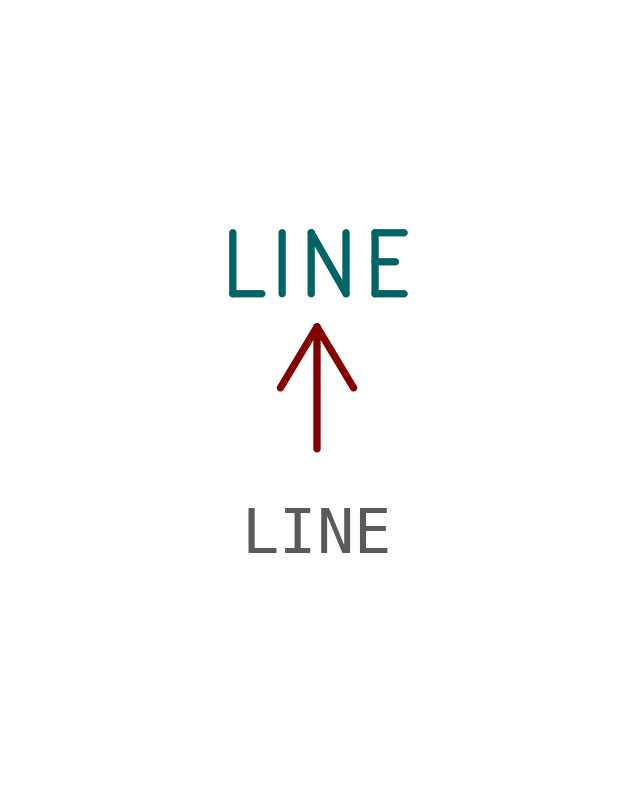
<source format=kicad_sym>
(kicad_symbol_lib
  (version 20211014)
  (generator kicad_symbol_editor)
  (symbol "power1:LINE"
    (power)
    (pin_names
      (offset 0))
    (property "Reference" "#PWR"
      (at 0 -3.81 0)
      (effects (font (size 1.27 1.27)) hide))
    (property "Value" "LINE"
      (at 0 3.81 0)
      (effects (font (size 1.27 1.27))))
    (symbol "LINE_0_1"
      (polyline (pts (xy -0.762 1.27) (xy 0 2.54)) (stroke (width 0) (type default) (color 0 0 0 0)) (fill (type none)))
      (polyline (pts (xy 0 0) (xy 0 2.54)) (stroke (width 0) (type default) (color 0 0 0 0)) (fill (type none)))
      (polyline (pts (xy 0 2.54) (xy 0.762 1.27)) (stroke (width 0) (type default) (color 0 0 0 0)) (fill (type none))))
    (symbol "LINE_1_1"
      (pin power_in line (at 0 0 90) (length 0) hide (name "LINE" (effects (font (size 1.27 1.27)))) (number "1" (effects (font (size 1.27 1.27))))))))
</source>
